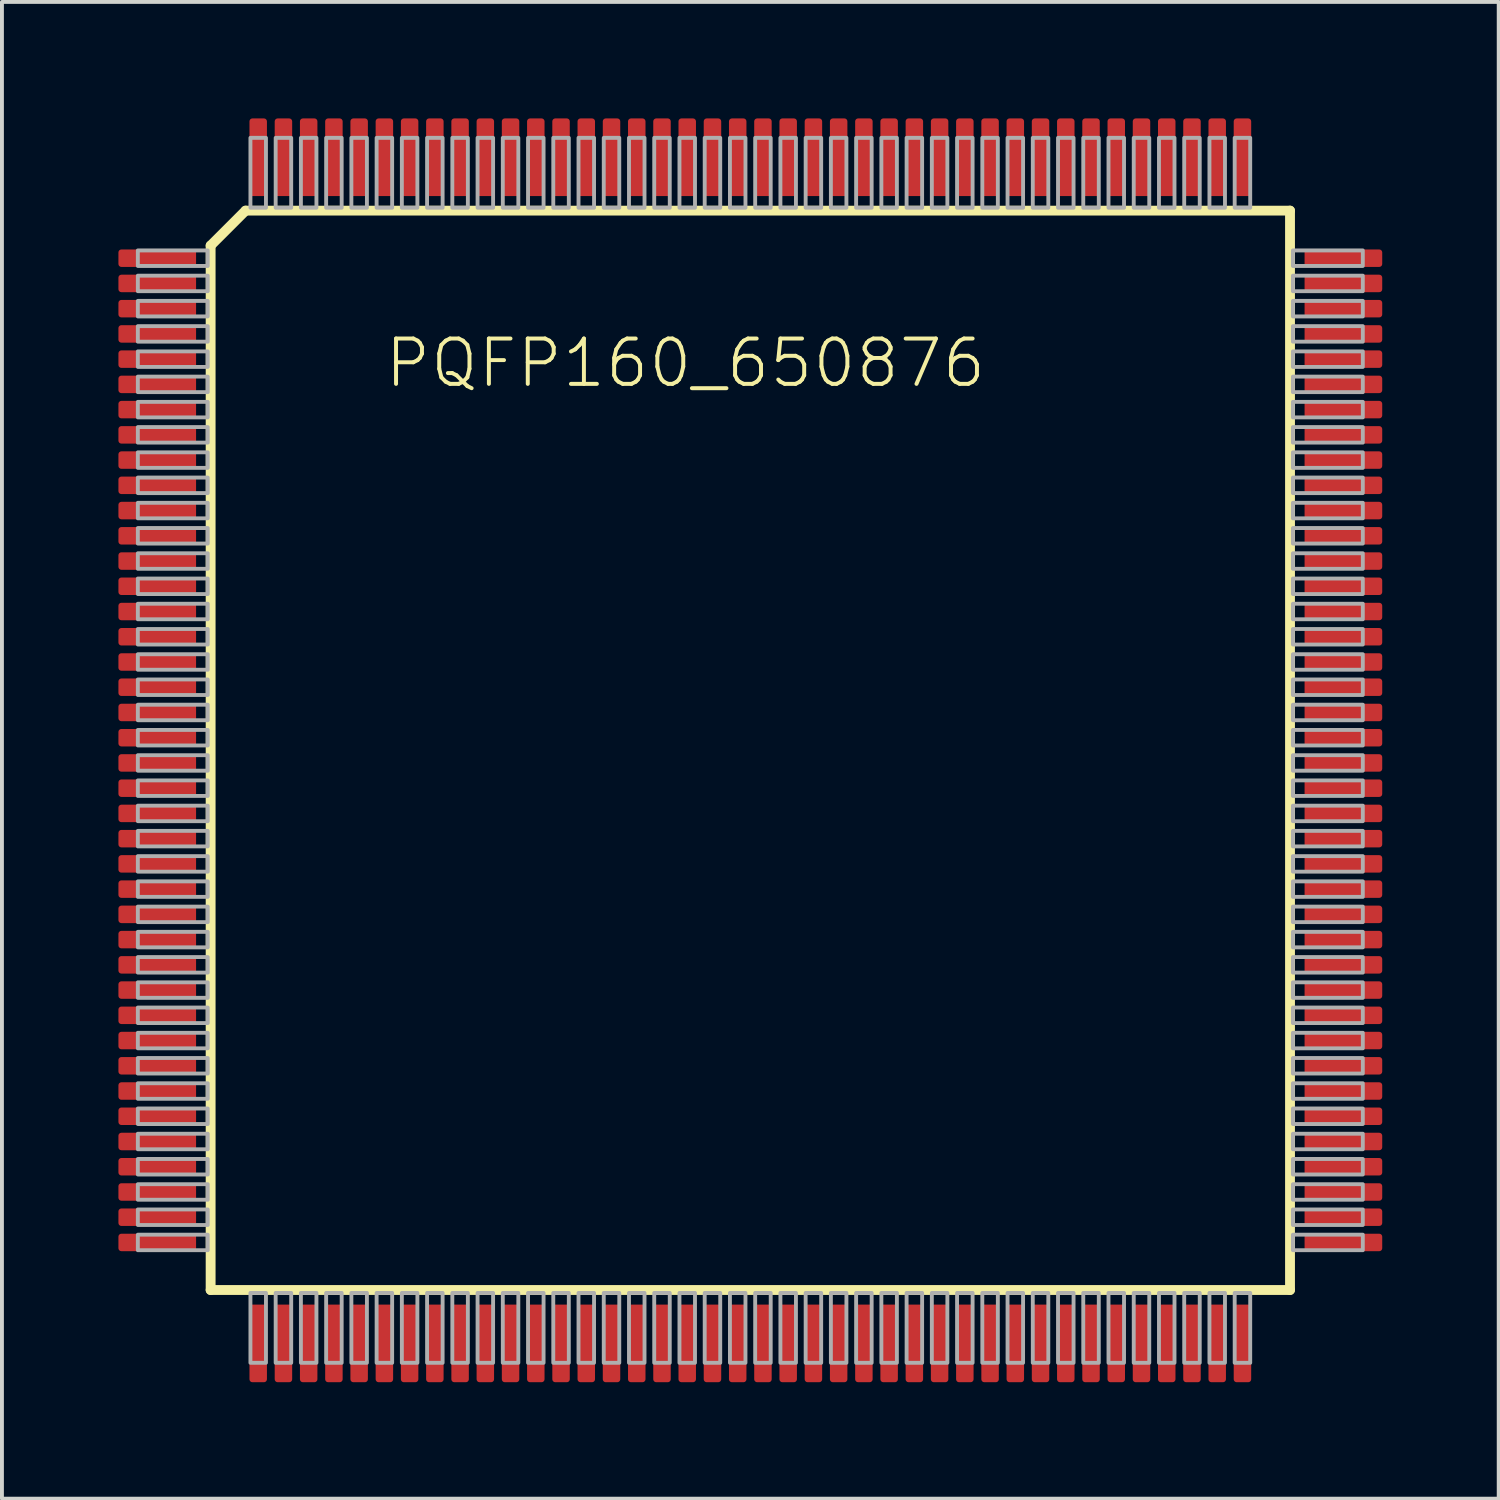
<source format=kicad_pcb>
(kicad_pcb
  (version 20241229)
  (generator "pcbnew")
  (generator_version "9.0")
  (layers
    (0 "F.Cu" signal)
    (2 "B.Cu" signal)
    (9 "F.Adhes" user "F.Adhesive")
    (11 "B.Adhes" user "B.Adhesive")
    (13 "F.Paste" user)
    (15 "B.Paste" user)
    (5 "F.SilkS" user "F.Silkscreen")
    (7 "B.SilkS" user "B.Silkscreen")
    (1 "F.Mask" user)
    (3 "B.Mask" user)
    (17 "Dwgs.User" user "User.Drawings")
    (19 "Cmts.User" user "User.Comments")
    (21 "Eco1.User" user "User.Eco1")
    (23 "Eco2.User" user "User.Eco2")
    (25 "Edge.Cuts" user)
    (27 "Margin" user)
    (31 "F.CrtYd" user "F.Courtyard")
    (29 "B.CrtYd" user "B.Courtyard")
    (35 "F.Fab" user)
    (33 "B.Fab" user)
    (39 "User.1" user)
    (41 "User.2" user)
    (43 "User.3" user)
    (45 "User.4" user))
  (footprint "PQFP160_650876"
    (layer "F.Cu")
    (at 16.275 16.275)
    (property "Reference" "PQFP160_650876" (at -9.47 -9.29 0) (unlocked yes) (layer "F.SilkS") (effects (font (size 1.168 1.168) (thickness 0.102)) (justify left bottom)))
    (fp_line (start -13.9 -13) (end -13 -13.9) (stroke (width 0.254) (type solid)) (layer "F.SilkS"))
    (fp_line (start -13.9 13.9) (end -13.9 -13) (stroke (width 0.254) (type solid)) (layer "F.SilkS"))
    (fp_line (start -13 -13.9) (end 13.9 -13.9) (stroke (width 0.254) (type solid)) (layer "F.SilkS"))
    (fp_line (start 13.9 -13.9) (end 13.9 13.9) (stroke (width 0.254) (type solid)) (layer "F.SilkS"))
    (fp_line (start 13.9 13.9) (end -13.9 13.9) (stroke (width 0.254) (type solid)) (layer "F.SilkS"))
    (fp_poly (pts (xy -15.775 -12.475) (xy -13.975 -12.475) (xy -13.975 -12.875) (xy -15.775 -12.875)) (stroke (width 0.1) (type default)) (fill no) (layer "F.Fab"))
    (fp_poly (pts (xy -15.775 -11.825) (xy -13.975 -11.825) (xy -13.975 -12.225) (xy -15.775 -12.225)) (stroke (width 0.1) (type default)) (fill no) (layer "F.Fab"))
    (fp_poly (pts (xy -15.775 -11.175) (xy -13.975 -11.175) (xy -13.975 -11.575) (xy -15.775 -11.575)) (stroke (width 0.1) (type default)) (fill no) (layer "F.Fab"))
    (fp_poly (pts (xy -15.775 -10.525) (xy -13.975 -10.525) (xy -13.975 -10.925) (xy -15.775 -10.925)) (stroke (width 0.1) (type default)) (fill no) (layer "F.Fab"))
    (fp_poly (pts (xy -15.775 -9.875) (xy -13.975 -9.875) (xy -13.975 -10.275) (xy -15.775 -10.275)) (stroke (width 0.1) (type default)) (fill no) (layer "F.Fab"))
    (fp_poly (pts (xy -15.775 -9.225) (xy -13.975 -9.225) (xy -13.975 -9.625) (xy -15.775 -9.625)) (stroke (width 0.1) (type default)) (fill no) (layer "F.Fab"))
    (fp_poly (pts (xy -15.775 -8.575) (xy -13.975 -8.575) (xy -13.975 -8.975) (xy -15.775 -8.975)) (stroke (width 0.1) (type default)) (fill no) (layer "F.Fab"))
    (fp_poly (pts (xy -15.775 -7.925) (xy -13.975 -7.925) (xy -13.975 -8.325) (xy -15.775 -8.325)) (stroke (width 0.1) (type default)) (fill no) (layer "F.Fab"))
    (fp_poly (pts (xy -15.775 -7.275) (xy -13.975 -7.275) (xy -13.975 -7.675) (xy -15.775 -7.675)) (stroke (width 0.1) (type default)) (fill no) (layer "F.Fab"))
    (fp_poly (pts (xy -15.775 -6.625) (xy -13.975 -6.625) (xy -13.975 -7.025) (xy -15.775 -7.025)) (stroke (width 0.1) (type default)) (fill no) (layer "F.Fab"))
    (fp_poly (pts (xy -15.775 -5.975) (xy -13.975 -5.975) (xy -13.975 -6.375) (xy -15.775 -6.375)) (stroke (width 0.1) (type default)) (fill no) (layer "F.Fab"))
    (fp_poly (pts (xy -15.775 -5.325) (xy -13.975 -5.325) (xy -13.975 -5.725) (xy -15.775 -5.725)) (stroke (width 0.1) (type default)) (fill no) (layer "F.Fab"))
    (fp_poly (pts (xy -15.775 -4.675) (xy -13.975 -4.675) (xy -13.975 -5.075) (xy -15.775 -5.075)) (stroke (width 0.1) (type default)) (fill no) (layer "F.Fab"))
    (fp_poly (pts (xy -15.775 -4.025) (xy -13.975 -4.025) (xy -13.975 -4.425) (xy -15.775 -4.425)) (stroke (width 0.1) (type default)) (fill no) (layer "F.Fab"))
    (fp_poly (pts (xy -15.775 -3.375) (xy -13.975 -3.375) (xy -13.975 -3.775) (xy -15.775 -3.775)) (stroke (width 0.1) (type default)) (fill no) (layer "F.Fab"))
    (fp_poly (pts (xy -15.775 -2.725) (xy -13.975 -2.725) (xy -13.975 -3.125) (xy -15.775 -3.125)) (stroke (width 0.1) (type default)) (fill no) (layer "F.Fab"))
    (fp_poly (pts (xy -15.775 -2.075) (xy -13.975 -2.075) (xy -13.975 -2.475) (xy -15.775 -2.475)) (stroke (width 0.1) (type default)) (fill no) (layer "F.Fab"))
    (fp_poly (pts (xy -15.775 -1.425) (xy -13.975 -1.425) (xy -13.975 -1.825) (xy -15.775 -1.825)) (stroke (width 0.1) (type default)) (fill no) (layer "F.Fab"))
    (fp_poly (pts (xy -15.775 -0.775) (xy -13.975 -0.775) (xy -13.975 -1.175) (xy -15.775 -1.175)) (stroke (width 0.1) (type default)) (fill no) (layer "F.Fab"))
    (fp_poly (pts (xy -15.775 -0.125) (xy -13.975 -0.125) (xy -13.975 -0.525) (xy -15.775 -0.525)) (stroke (width 0.1) (type default)) (fill no) (layer "F.Fab"))
    (fp_poly (pts (xy -15.775 0.525) (xy -13.975 0.525) (xy -13.975 0.125) (xy -15.775 0.125)) (stroke (width 0.1) (type default)) (fill no) (layer "F.Fab"))
    (fp_poly (pts (xy -15.775 1.175) (xy -13.975 1.175) (xy -13.975 0.775) (xy -15.775 0.775)) (stroke (width 0.1) (type default)) (fill no) (layer "F.Fab"))
    (fp_poly (pts (xy -15.775 1.825) (xy -13.975 1.825) (xy -13.975 1.425) (xy -15.775 1.425)) (stroke (width 0.1) (type default)) (fill no) (layer "F.Fab"))
    (fp_poly (pts (xy -15.775 2.475) (xy -13.975 2.475) (xy -13.975 2.075) (xy -15.775 2.075)) (stroke (width 0.1) (type default)) (fill no) (layer "F.Fab"))
    (fp_poly (pts (xy -15.775 3.125) (xy -13.975 3.125) (xy -13.975 2.725) (xy -15.775 2.725)) (stroke (width 0.1) (type default)) (fill no) (layer "F.Fab"))
    (fp_poly (pts (xy -15.775 3.775) (xy -13.975 3.775) (xy -13.975 3.375) (xy -15.775 3.375)) (stroke (width 0.1) (type default)) (fill no) (layer "F.Fab"))
    (fp_poly (pts (xy -15.775 4.425) (xy -13.975 4.425) (xy -13.975 4.025) (xy -15.775 4.025)) (stroke (width 0.1) (type default)) (fill no) (layer "F.Fab"))
    (fp_poly (pts (xy -15.775 5.075) (xy -13.975 5.075) (xy -13.975 4.675) (xy -15.775 4.675)) (stroke (width 0.1) (type default)) (fill no) (layer "F.Fab"))
    (fp_poly (pts (xy -15.775 5.725) (xy -13.975 5.725) (xy -13.975 5.325) (xy -15.775 5.325)) (stroke (width 0.1) (type default)) (fill no) (layer "F.Fab"))
    (fp_poly (pts (xy -15.775 6.375) (xy -13.975 6.375) (xy -13.975 5.975) (xy -15.775 5.975)) (stroke (width 0.1) (type default)) (fill no) (layer "F.Fab"))
    (fp_poly (pts (xy -15.775 7.025) (xy -13.975 7.025) (xy -13.975 6.625) (xy -15.775 6.625)) (stroke (width 0.1) (type default)) (fill no) (layer "F.Fab"))
    (fp_poly (pts (xy -15.775 7.675) (xy -13.975 7.675) (xy -13.975 7.275) (xy -15.775 7.275)) (stroke (width 0.1) (type default)) (fill no) (layer "F.Fab"))
    (fp_poly (pts (xy -15.775 8.325) (xy -13.975 8.325) (xy -13.975 7.925) (xy -15.775 7.925)) (stroke (width 0.1) (type default)) (fill no) (layer "F.Fab"))
    (fp_poly (pts (xy -15.775 8.975) (xy -13.975 8.975) (xy -13.975 8.575) (xy -15.775 8.575)) (stroke (width 0.1) (type default)) (fill no) (layer "F.Fab"))
    (fp_poly (pts (xy -15.775 9.625) (xy -13.975 9.625) (xy -13.975 9.225) (xy -15.775 9.225)) (stroke (width 0.1) (type default)) (fill no) (layer "F.Fab"))
    (fp_poly (pts (xy -15.775 10.275) (xy -13.975 10.275) (xy -13.975 9.875) (xy -15.775 9.875)) (stroke (width 0.1) (type default)) (fill no) (layer "F.Fab"))
    (fp_poly (pts (xy -15.775 10.925) (xy -13.975 10.925) (xy -13.975 10.525) (xy -15.775 10.525)) (stroke (width 0.1) (type default)) (fill no) (layer "F.Fab"))
    (fp_poly (pts (xy -15.775 11.575) (xy -13.975 11.575) (xy -13.975 11.175) (xy -15.775 11.175)) (stroke (width 0.1) (type default)) (fill no) (layer "F.Fab"))
    (fp_poly (pts (xy -15.775 12.225) (xy -13.975 12.225) (xy -13.975 11.825) (xy -15.775 11.825)) (stroke (width 0.1) (type default)) (fill no) (layer "F.Fab"))
    (fp_poly (pts (xy -15.775 12.875) (xy -13.975 12.875) (xy -13.975 12.475) (xy -15.775 12.475)) (stroke (width 0.1) (type default)) (fill no) (layer "F.Fab"))
    (fp_poly (pts (xy -12.875 -13.975) (xy -12.475 -13.975) (xy -12.475 -15.775) (xy -12.875 -15.775)) (stroke (width 0.1) (type default)) (fill no) (layer "F.Fab"))
    (fp_poly (pts (xy -12.875 15.775) (xy -12.475 15.775) (xy -12.475 13.975) (xy -12.875 13.975)) (stroke (width 0.1) (type default)) (fill no) (layer "F.Fab"))
    (fp_poly (pts (xy -12.225 -13.975) (xy -11.825 -13.975) (xy -11.825 -15.775) (xy -12.225 -15.775)) (stroke (width 0.1) (type default)) (fill no) (layer "F.Fab"))
    (fp_poly (pts (xy -12.225 15.775) (xy -11.825 15.775) (xy -11.825 13.975) (xy -12.225 13.975)) (stroke (width 0.1) (type default)) (fill no) (layer "F.Fab"))
    (fp_poly (pts (xy -11.575 -13.975) (xy -11.175 -13.975) (xy -11.175 -15.775) (xy -11.575 -15.775)) (stroke (width 0.1) (type default)) (fill no) (layer "F.Fab"))
    (fp_poly (pts (xy -11.575 15.775) (xy -11.175 15.775) (xy -11.175 13.975) (xy -11.575 13.975)) (stroke (width 0.1) (type default)) (fill no) (layer "F.Fab"))
    (fp_poly (pts (xy -10.925 -13.975) (xy -10.525 -13.975) (xy -10.525 -15.775) (xy -10.925 -15.775)) (stroke (width 0.1) (type default)) (fill no) (layer "F.Fab"))
    (fp_poly (pts (xy -10.925 15.775) (xy -10.525 15.775) (xy -10.525 13.975) (xy -10.925 13.975)) (stroke (width 0.1) (type default)) (fill no) (layer "F.Fab"))
    (fp_poly (pts (xy -10.275 -13.975) (xy -9.875 -13.975) (xy -9.875 -15.775) (xy -10.275 -15.775)) (stroke (width 0.1) (type default)) (fill no) (layer "F.Fab"))
    (fp_poly (pts (xy -10.275 15.775) (xy -9.875 15.775) (xy -9.875 13.975) (xy -10.275 13.975)) (stroke (width 0.1) (type default)) (fill no) (layer "F.Fab"))
    (fp_poly (pts (xy -9.625 -13.975) (xy -9.225 -13.975) (xy -9.225 -15.775) (xy -9.625 -15.775)) (stroke (width 0.1) (type default)) (fill no) (layer "F.Fab"))
    (fp_poly (pts (xy -9.625 15.775) (xy -9.225 15.775) (xy -9.225 13.975) (xy -9.625 13.975)) (stroke (width 0.1) (type default)) (fill no) (layer "F.Fab"))
    (fp_poly (pts (xy -8.975 -13.975) (xy -8.575 -13.975) (xy -8.575 -15.775) (xy -8.975 -15.775)) (stroke (width 0.1) (type default)) (fill no) (layer "F.Fab"))
    (fp_poly (pts (xy -8.975 15.775) (xy -8.575 15.775) (xy -8.575 13.975) (xy -8.975 13.975)) (stroke (width 0.1) (type default)) (fill no) (layer "F.Fab"))
    (fp_poly (pts (xy -8.325 -13.975) (xy -7.925 -13.975) (xy -7.925 -15.775) (xy -8.325 -15.775)) (stroke (width 0.1) (type default)) (fill no) (layer "F.Fab"))
    (fp_poly (pts (xy -8.325 15.775) (xy -7.925 15.775) (xy -7.925 13.975) (xy -8.325 13.975)) (stroke (width 0.1) (type default)) (fill no) (layer "F.Fab"))
    (fp_poly (pts (xy -7.675 -13.975) (xy -7.275 -13.975) (xy -7.275 -15.775) (xy -7.675 -15.775)) (stroke (width 0.1) (type default)) (fill no) (layer "F.Fab"))
    (fp_poly (pts (xy -7.675 15.775) (xy -7.275 15.775) (xy -7.275 13.975) (xy -7.675 13.975)) (stroke (width 0.1) (type default)) (fill no) (layer "F.Fab"))
    (fp_poly (pts (xy -7.025 -13.975) (xy -6.625 -13.975) (xy -6.625 -15.775) (xy -7.025 -15.775)) (stroke (width 0.1) (type default)) (fill no) (layer "F.Fab"))
    (fp_poly (pts (xy -7.025 15.775) (xy -6.625 15.775) (xy -6.625 13.975) (xy -7.025 13.975)) (stroke (width 0.1) (type default)) (fill no) (layer "F.Fab"))
    (fp_poly (pts (xy -6.375 -13.975) (xy -5.975 -13.975) (xy -5.975 -15.775) (xy -6.375 -15.775)) (stroke (width 0.1) (type default)) (fill no) (layer "F.Fab"))
    (fp_poly (pts (xy -6.375 15.775) (xy -5.975 15.775) (xy -5.975 13.975) (xy -6.375 13.975)) (stroke (width 0.1) (type default)) (fill no) (layer "F.Fab"))
    (fp_poly (pts (xy -5.725 -13.975) (xy -5.325 -13.975) (xy -5.325 -15.775) (xy -5.725 -15.775)) (stroke (width 0.1) (type default)) (fill no) (layer "F.Fab"))
    (fp_poly (pts (xy -5.725 15.775) (xy -5.325 15.775) (xy -5.325 13.975) (xy -5.725 13.975)) (stroke (width 0.1) (type default)) (fill no) (layer "F.Fab"))
    (fp_poly (pts (xy -5.075 -13.975) (xy -4.675 -13.975) (xy -4.675 -15.775) (xy -5.075 -15.775)) (stroke (width 0.1) (type default)) (fill no) (layer "F.Fab"))
    (fp_poly (pts (xy -5.075 15.775) (xy -4.675 15.775) (xy -4.675 13.975) (xy -5.075 13.975)) (stroke (width 0.1) (type default)) (fill no) (layer "F.Fab"))
    (fp_poly (pts (xy -4.425 -13.975) (xy -4.025 -13.975) (xy -4.025 -15.775) (xy -4.425 -15.775)) (stroke (width 0.1) (type default)) (fill no) (layer "F.Fab"))
    (fp_poly (pts (xy -4.425 15.775) (xy -4.025 15.775) (xy -4.025 13.975) (xy -4.425 13.975)) (stroke (width 0.1) (type default)) (fill no) (layer "F.Fab"))
    (fp_poly (pts (xy -3.775 -13.975) (xy -3.375 -13.975) (xy -3.375 -15.775) (xy -3.775 -15.775)) (stroke (width 0.1) (type default)) (fill no) (layer "F.Fab"))
    (fp_poly (pts (xy -3.775 15.775) (xy -3.375 15.775) (xy -3.375 13.975) (xy -3.775 13.975)) (stroke (width 0.1) (type default)) (fill no) (layer "F.Fab"))
    (fp_poly (pts (xy -3.125 -13.975) (xy -2.725 -13.975) (xy -2.725 -15.775) (xy -3.125 -15.775)) (stroke (width 0.1) (type default)) (fill no) (layer "F.Fab"))
    (fp_poly (pts (xy -3.125 15.775) (xy -2.725 15.775) (xy -2.725 13.975) (xy -3.125 13.975)) (stroke (width 0.1) (type default)) (fill no) (layer "F.Fab"))
    (fp_poly (pts (xy -2.475 -13.975) (xy -2.075 -13.975) (xy -2.075 -15.775) (xy -2.475 -15.775)) (stroke (width 0.1) (type default)) (fill no) (layer "F.Fab"))
    (fp_poly (pts (xy -2.475 15.775) (xy -2.075 15.775) (xy -2.075 13.975) (xy -2.475 13.975)) (stroke (width 0.1) (type default)) (fill no) (layer "F.Fab"))
    (fp_poly (pts (xy -1.825 -13.975) (xy -1.425 -13.975) (xy -1.425 -15.775) (xy -1.825 -15.775)) (stroke (width 0.1) (type default)) (fill no) (layer "F.Fab"))
    (fp_poly (pts (xy -1.825 15.775) (xy -1.425 15.775) (xy -1.425 13.975) (xy -1.825 13.975)) (stroke (width 0.1) (type default)) (fill no) (layer "F.Fab"))
    (fp_poly (pts (xy -1.175 -13.975) (xy -0.775 -13.975) (xy -0.775 -15.775) (xy -1.175 -15.775)) (stroke (width 0.1) (type default)) (fill no) (layer "F.Fab"))
    (fp_poly (pts (xy -1.175 15.775) (xy -0.775 15.775) (xy -0.775 13.975) (xy -1.175 13.975)) (stroke (width 0.1) (type default)) (fill no) (layer "F.Fab"))
    (fp_poly (pts (xy -0.525 -13.975) (xy -0.125 -13.975) (xy -0.125 -15.775) (xy -0.525 -15.775)) (stroke (width 0.1) (type default)) (fill no) (layer "F.Fab"))
    (fp_poly (pts (xy -0.525 15.775) (xy -0.125 15.775) (xy -0.125 13.975) (xy -0.525 13.975)) (stroke (width 0.1) (type default)) (fill no) (layer "F.Fab"))
    (fp_poly (pts (xy 0.125 -13.975) (xy 0.525 -13.975) (xy 0.525 -15.775) (xy 0.125 -15.775)) (stroke (width 0.1) (type default)) (fill no) (layer "F.Fab"))
    (fp_poly (pts (xy 0.125 15.775) (xy 0.525 15.775) (xy 0.525 13.975) (xy 0.125 13.975)) (stroke (width 0.1) (type default)) (fill no) (layer "F.Fab"))
    (fp_poly (pts (xy 0.775 -13.975) (xy 1.175 -13.975) (xy 1.175 -15.775) (xy 0.775 -15.775)) (stroke (width 0.1) (type default)) (fill no) (layer "F.Fab"))
    (fp_poly (pts (xy 0.775 15.775) (xy 1.175 15.775) (xy 1.175 13.975) (xy 0.775 13.975)) (stroke (width 0.1) (type default)) (fill no) (layer "F.Fab"))
    (fp_poly (pts (xy 1.425 -13.975) (xy 1.825 -13.975) (xy 1.825 -15.775) (xy 1.425 -15.775)) (stroke (width 0.1) (type default)) (fill no) (layer "F.Fab"))
    (fp_poly (pts (xy 1.425 15.775) (xy 1.825 15.775) (xy 1.825 13.975) (xy 1.425 13.975)) (stroke (width 0.1) (type default)) (fill no) (layer "F.Fab"))
    (fp_poly (pts (xy 2.075 -13.975) (xy 2.475 -13.975) (xy 2.475 -15.775) (xy 2.075 -15.775)) (stroke (width 0.1) (type default)) (fill no) (layer "F.Fab"))
    (fp_poly (pts (xy 2.075 15.775) (xy 2.475 15.775) (xy 2.475 13.975) (xy 2.075 13.975)) (stroke (width 0.1) (type default)) (fill no) (layer "F.Fab"))
    (fp_poly (pts (xy 2.725 -13.975) (xy 3.125 -13.975) (xy 3.125 -15.775) (xy 2.725 -15.775)) (stroke (width 0.1) (type default)) (fill no) (layer "F.Fab"))
    (fp_poly (pts (xy 2.725 15.775) (xy 3.125 15.775) (xy 3.125 13.975) (xy 2.725 13.975)) (stroke (width 0.1) (type default)) (fill no) (layer "F.Fab"))
    (fp_poly (pts (xy 3.375 -13.975) (xy 3.775 -13.975) (xy 3.775 -15.775) (xy 3.375 -15.775)) (stroke (width 0.1) (type default)) (fill no) (layer "F.Fab"))
    (fp_poly (pts (xy 3.375 15.775) (xy 3.775 15.775) (xy 3.775 13.975) (xy 3.375 13.975)) (stroke (width 0.1) (type default)) (fill no) (layer "F.Fab"))
    (fp_poly (pts (xy 4.025 -13.975) (xy 4.425 -13.975) (xy 4.425 -15.775) (xy 4.025 -15.775)) (stroke (width 0.1) (type default)) (fill no) (layer "F.Fab"))
    (fp_poly (pts (xy 4.025 15.775) (xy 4.425 15.775) (xy 4.425 13.975) (xy 4.025 13.975)) (stroke (width 0.1) (type default)) (fill no) (layer "F.Fab"))
    (fp_poly (pts (xy 4.675 -13.975) (xy 5.075 -13.975) (xy 5.075 -15.775) (xy 4.675 -15.775)) (stroke (width 0.1) (type default)) (fill no) (layer "F.Fab"))
    (fp_poly (pts (xy 4.675 15.775) (xy 5.075 15.775) (xy 5.075 13.975) (xy 4.675 13.975)) (stroke (width 0.1) (type default)) (fill no) (layer "F.Fab"))
    (fp_poly (pts (xy 5.325 -13.975) (xy 5.725 -13.975) (xy 5.725 -15.775) (xy 5.325 -15.775)) (stroke (width 0.1) (type default)) (fill no) (layer "F.Fab"))
    (fp_poly (pts (xy 5.325 15.775) (xy 5.725 15.775) (xy 5.725 13.975) (xy 5.325 13.975)) (stroke (width 0.1) (type default)) (fill no) (layer "F.Fab"))
    (fp_poly (pts (xy 5.975 -13.975) (xy 6.375 -13.975) (xy 6.375 -15.775) (xy 5.975 -15.775)) (stroke (width 0.1) (type default)) (fill no) (layer "F.Fab"))
    (fp_poly (pts (xy 5.975 15.775) (xy 6.375 15.775) (xy 6.375 13.975) (xy 5.975 13.975)) (stroke (width 0.1) (type default)) (fill no) (layer "F.Fab"))
    (fp_poly (pts (xy 6.625 -13.975) (xy 7.025 -13.975) (xy 7.025 -15.775) (xy 6.625 -15.775)) (stroke (width 0.1) (type default)) (fill no) (layer "F.Fab"))
    (fp_poly (pts (xy 6.625 15.775) (xy 7.025 15.775) (xy 7.025 13.975) (xy 6.625 13.975)) (stroke (width 0.1) (type default)) (fill no) (layer "F.Fab"))
    (fp_poly (pts (xy 7.275 -13.975) (xy 7.675 -13.975) (xy 7.675 -15.775) (xy 7.275 -15.775)) (stroke (width 0.1) (type default)) (fill no) (layer "F.Fab"))
    (fp_poly (pts (xy 7.275 15.775) (xy 7.675 15.775) (xy 7.675 13.975) (xy 7.275 13.975)) (stroke (width 0.1) (type default)) (fill no) (layer "F.Fab"))
    (fp_poly (pts (xy 7.925 -13.975) (xy 8.325 -13.975) (xy 8.325 -15.775) (xy 7.925 -15.775)) (stroke (width 0.1) (type default)) (fill no) (layer "F.Fab"))
    (fp_poly (pts (xy 7.925 15.775) (xy 8.325 15.775) (xy 8.325 13.975) (xy 7.925 13.975)) (stroke (width 0.1) (type default)) (fill no) (layer "F.Fab"))
    (fp_poly (pts (xy 8.575 -13.975) (xy 8.975 -13.975) (xy 8.975 -15.775) (xy 8.575 -15.775)) (stroke (width 0.1) (type default)) (fill no) (layer "F.Fab"))
    (fp_poly (pts (xy 8.575 15.775) (xy 8.975 15.775) (xy 8.975 13.975) (xy 8.575 13.975)) (stroke (width 0.1) (type default)) (fill no) (layer "F.Fab"))
    (fp_poly (pts (xy 9.225 -13.975) (xy 9.625 -13.975) (xy 9.625 -15.775) (xy 9.225 -15.775)) (stroke (width 0.1) (type default)) (fill no) (layer "F.Fab"))
    (fp_poly (pts (xy 9.225 15.775) (xy 9.625 15.775) (xy 9.625 13.975) (xy 9.225 13.975)) (stroke (width 0.1) (type default)) (fill no) (layer "F.Fab"))
    (fp_poly (pts (xy 9.875 -13.975) (xy 10.275 -13.975) (xy 10.275 -15.775) (xy 9.875 -15.775)) (stroke (width 0.1) (type default)) (fill no) (layer "F.Fab"))
    (fp_poly (pts (xy 9.875 15.775) (xy 10.275 15.775) (xy 10.275 13.975) (xy 9.875 13.975)) (stroke (width 0.1) (type default)) (fill no) (layer "F.Fab"))
    (fp_poly (pts (xy 10.525 -13.975) (xy 10.925 -13.975) (xy 10.925 -15.775) (xy 10.525 -15.775)) (stroke (width 0.1) (type default)) (fill no) (layer "F.Fab"))
    (fp_poly (pts (xy 10.525 15.775) (xy 10.925 15.775) (xy 10.925 13.975) (xy 10.525 13.975)) (stroke (width 0.1) (type default)) (fill no) (layer "F.Fab"))
    (fp_poly (pts (xy 11.175 -13.975) (xy 11.575 -13.975) (xy 11.575 -15.775) (xy 11.175 -15.775)) (stroke (width 0.1) (type default)) (fill no) (layer "F.Fab"))
    (fp_poly (pts (xy 11.175 15.775) (xy 11.575 15.775) (xy 11.575 13.975) (xy 11.175 13.975)) (stroke (width 0.1) (type default)) (fill no) (layer "F.Fab"))
    (fp_poly (pts (xy 11.825 -13.975) (xy 12.225 -13.975) (xy 12.225 -15.775) (xy 11.825 -15.775)) (stroke (width 0.1) (type default)) (fill no) (layer "F.Fab"))
    (fp_poly (pts (xy 11.825 15.775) (xy 12.225 15.775) (xy 12.225 13.975) (xy 11.825 13.975)) (stroke (width 0.1) (type default)) (fill no) (layer "F.Fab"))
    (fp_poly (pts (xy 12.475 -13.975) (xy 12.875 -13.975) (xy 12.875 -15.775) (xy 12.475 -15.775)) (stroke (width 0.1) (type default)) (fill no) (layer "F.Fab"))
    (fp_poly (pts (xy 12.475 15.775) (xy 12.875 15.775) (xy 12.875 13.975) (xy 12.475 13.975)) (stroke (width 0.1) (type default)) (fill no) (layer "F.Fab"))
    (fp_poly (pts (xy 13.975 -12.475) (xy 15.775 -12.475) (xy 15.775 -12.875) (xy 13.975 -12.875)) (stroke (width 0.1) (type default)) (fill no) (layer "F.Fab"))
    (fp_poly (pts (xy 13.975 -11.825) (xy 15.775 -11.825) (xy 15.775 -12.225) (xy 13.975 -12.225)) (stroke (width 0.1) (type default)) (fill no) (layer "F.Fab"))
    (fp_poly (pts (xy 13.975 -11.175) (xy 15.775 -11.175) (xy 15.775 -11.575) (xy 13.975 -11.575)) (stroke (width 0.1) (type default)) (fill no) (layer "F.Fab"))
    (fp_poly (pts (xy 13.975 -10.525) (xy 15.775 -10.525) (xy 15.775 -10.925) (xy 13.975 -10.925)) (stroke (width 0.1) (type default)) (fill no) (layer "F.Fab"))
    (fp_poly (pts (xy 13.975 -9.875) (xy 15.775 -9.875) (xy 15.775 -10.275) (xy 13.975 -10.275)) (stroke (width 0.1) (type default)) (fill no) (layer "F.Fab"))
    (fp_poly (pts (xy 13.975 -9.225) (xy 15.775 -9.225) (xy 15.775 -9.625) (xy 13.975 -9.625)) (stroke (width 0.1) (type default)) (fill no) (layer "F.Fab"))
    (fp_poly (pts (xy 13.975 -8.575) (xy 15.775 -8.575) (xy 15.775 -8.975) (xy 13.975 -8.975)) (stroke (width 0.1) (type default)) (fill no) (layer "F.Fab"))
    (fp_poly (pts (xy 13.975 -7.925) (xy 15.775 -7.925) (xy 15.775 -8.325) (xy 13.975 -8.325)) (stroke (width 0.1) (type default)) (fill no) (layer "F.Fab"))
    (fp_poly (pts (xy 13.975 -7.275) (xy 15.775 -7.275) (xy 15.775 -7.675) (xy 13.975 -7.675)) (stroke (width 0.1) (type default)) (fill no) (layer "F.Fab"))
    (fp_poly (pts (xy 13.975 -6.625) (xy 15.775 -6.625) (xy 15.775 -7.025) (xy 13.975 -7.025)) (stroke (width 0.1) (type default)) (fill no) (layer "F.Fab"))
    (fp_poly (pts (xy 13.975 -5.975) (xy 15.775 -5.975) (xy 15.775 -6.375) (xy 13.975 -6.375)) (stroke (width 0.1) (type default)) (fill no) (layer "F.Fab"))
    (fp_poly (pts (xy 13.975 -5.325) (xy 15.775 -5.325) (xy 15.775 -5.725) (xy 13.975 -5.725)) (stroke (width 0.1) (type default)) (fill no) (layer "F.Fab"))
    (fp_poly (pts (xy 13.975 -4.675) (xy 15.775 -4.675) (xy 15.775 -5.075) (xy 13.975 -5.075)) (stroke (width 0.1) (type default)) (fill no) (layer "F.Fab"))
    (fp_poly (pts (xy 13.975 -4.025) (xy 15.775 -4.025) (xy 15.775 -4.425) (xy 13.975 -4.425)) (stroke (width 0.1) (type default)) (fill no) (layer "F.Fab"))
    (fp_poly (pts (xy 13.975 -3.375) (xy 15.775 -3.375) (xy 15.775 -3.775) (xy 13.975 -3.775)) (stroke (width 0.1) (type default)) (fill no) (layer "F.Fab"))
    (fp_poly (pts (xy 13.975 -2.725) (xy 15.775 -2.725) (xy 15.775 -3.125) (xy 13.975 -3.125)) (stroke (width 0.1) (type default)) (fill no) (layer "F.Fab"))
    (fp_poly (pts (xy 13.975 -2.075) (xy 15.775 -2.075) (xy 15.775 -2.475) (xy 13.975 -2.475)) (stroke (width 0.1) (type default)) (fill no) (layer "F.Fab"))
    (fp_poly (pts (xy 13.975 -1.425) (xy 15.775 -1.425) (xy 15.775 -1.825) (xy 13.975 -1.825)) (stroke (width 0.1) (type default)) (fill no) (layer "F.Fab"))
    (fp_poly (pts (xy 13.975 -0.775) (xy 15.775 -0.775) (xy 15.775 -1.175) (xy 13.975 -1.175)) (stroke (width 0.1) (type default)) (fill no) (layer "F.Fab"))
    (fp_poly (pts (xy 13.975 -0.125) (xy 15.775 -0.125) (xy 15.775 -0.525) (xy 13.975 -0.525)) (stroke (width 0.1) (type default)) (fill no) (layer "F.Fab"))
    (fp_poly (pts (xy 13.975 0.525) (xy 15.775 0.525) (xy 15.775 0.125) (xy 13.975 0.125)) (stroke (width 0.1) (type default)) (fill no) (layer "F.Fab"))
    (fp_poly (pts (xy 13.975 1.175) (xy 15.775 1.175) (xy 15.775 0.775) (xy 13.975 0.775)) (stroke (width 0.1) (type default)) (fill no) (layer "F.Fab"))
    (fp_poly (pts (xy 13.975 1.825) (xy 15.775 1.825) (xy 15.775 1.425) (xy 13.975 1.425)) (stroke (width 0.1) (type default)) (fill no) (layer "F.Fab"))
    (fp_poly (pts (xy 13.975 2.475) (xy 15.775 2.475) (xy 15.775 2.075) (xy 13.975 2.075)) (stroke (width 0.1) (type default)) (fill no) (layer "F.Fab"))
    (fp_poly (pts (xy 13.975 3.125) (xy 15.775 3.125) (xy 15.775 2.725) (xy 13.975 2.725)) (stroke (width 0.1) (type default)) (fill no) (layer "F.Fab"))
    (fp_poly (pts (xy 13.975 3.775) (xy 15.775 3.775) (xy 15.775 3.375) (xy 13.975 3.375)) (stroke (width 0.1) (type default)) (fill no) (layer "F.Fab"))
    (fp_poly (pts (xy 13.975 4.425) (xy 15.775 4.425) (xy 15.775 4.025) (xy 13.975 4.025)) (stroke (width 0.1) (type default)) (fill no) (layer "F.Fab"))
    (fp_poly (pts (xy 13.975 5.075) (xy 15.775 5.075) (xy 15.775 4.675) (xy 13.975 4.675)) (stroke (width 0.1) (type default)) (fill no) (layer "F.Fab"))
    (fp_poly (pts (xy 13.975 5.725) (xy 15.775 5.725) (xy 15.775 5.325) (xy 13.975 5.325)) (stroke (width 0.1) (type default)) (fill no) (layer "F.Fab"))
    (fp_poly (pts (xy 13.975 6.375) (xy 15.775 6.375) (xy 15.775 5.975) (xy 13.975 5.975)) (stroke (width 0.1) (type default)) (fill no) (layer "F.Fab"))
    (fp_poly (pts (xy 13.975 7.025) (xy 15.775 7.025) (xy 15.775 6.625) (xy 13.975 6.625)) (stroke (width 0.1) (type default)) (fill no) (layer "F.Fab"))
    (fp_poly (pts (xy 13.975 7.675) (xy 15.775 7.675) (xy 15.775 7.275) (xy 13.975 7.275)) (stroke (width 0.1) (type default)) (fill no) (layer "F.Fab"))
    (fp_poly (pts (xy 13.975 8.325) (xy 15.775 8.325) (xy 15.775 7.925) (xy 13.975 7.925)) (stroke (width 0.1) (type default)) (fill no) (layer "F.Fab"))
    (fp_poly (pts (xy 13.975 8.975) (xy 15.775 8.975) (xy 15.775 8.575) (xy 13.975 8.575)) (stroke (width 0.1) (type default)) (fill no) (layer "F.Fab"))
    (fp_poly (pts (xy 13.975 9.625) (xy 15.775 9.625) (xy 15.775 9.225) (xy 13.975 9.225)) (stroke (width 0.1) (type default)) (fill no) (layer "F.Fab"))
    (fp_poly (pts (xy 13.975 10.275) (xy 15.775 10.275) (xy 15.775 9.875) (xy 13.975 9.875)) (stroke (width 0.1) (type default)) (fill no) (layer "F.Fab"))
    (fp_poly (pts (xy 13.975 10.925) (xy 15.775 10.925) (xy 15.775 10.525) (xy 13.975 10.525)) (stroke (width 0.1) (type default)) (fill no) (layer "F.Fab"))
    (fp_poly (pts (xy 13.975 11.575) (xy 15.775 11.575) (xy 15.775 11.175) (xy 13.975 11.175)) (stroke (width 0.1) (type default)) (fill no) (layer "F.Fab"))
    (fp_poly (pts (xy 13.975 12.225) (xy 15.775 12.225) (xy 15.775 11.825) (xy 13.975 11.825)) (stroke (width 0.1) (type default)) (fill no) (layer "F.Fab"))
    (fp_poly (pts (xy 13.975 12.875) (xy 15.775 12.875) (xy 15.775 12.475) (xy 13.975 12.475)) (stroke (width 0.1) (type default)) (fill no) (layer "F.Fab"))
    (pad "1" smd roundrect (at -15.275 -12.675) (size 2 0.45) (layers "F.Cu" "F.Mask" "F.Paste") (roundrect_rratio 0.169))
    (pad "2" smd roundrect (at -15.275 -12.025) (size 2 0.45) (layers "F.Cu" "F.Mask" "F.Paste") (roundrect_rratio 0.169))
    (pad "3" smd roundrect (at -15.275 -11.375) (size 2 0.45) (layers "F.Cu" "F.Mask" "F.Paste") (roundrect_rratio 0.169))
    (pad "4" smd roundrect (at -15.275 -10.725) (size 2 0.45) (layers "F.Cu" "F.Mask" "F.Paste") (roundrect_rratio 0.169))
    (pad "5" smd roundrect (at -15.275 -10.075) (size 2 0.45) (layers "F.Cu" "F.Mask" "F.Paste") (roundrect_rratio 0.169))
    (pad "6" smd roundrect (at -15.275 -9.425) (size 2 0.45) (layers "F.Cu" "F.Mask" "F.Paste") (roundrect_rratio 0.169))
    (pad "7" smd roundrect (at -15.275 -8.775) (size 2 0.45) (layers "F.Cu" "F.Mask" "F.Paste") (roundrect_rratio 0.169))
    (pad "8" smd roundrect (at -15.275 -8.125) (size 2 0.45) (layers "F.Cu" "F.Mask" "F.Paste") (roundrect_rratio 0.169))
    (pad "9" smd roundrect (at -15.275 -7.475) (size 2 0.45) (layers "F.Cu" "F.Mask" "F.Paste") (roundrect_rratio 0.169))
    (pad "10" smd roundrect (at -15.275 -6.825) (size 2 0.45) (layers "F.Cu" "F.Mask" "F.Paste") (roundrect_rratio 0.169))
    (pad "11" smd roundrect (at -15.275 -6.175) (size 2 0.45) (layers "F.Cu" "F.Mask" "F.Paste") (roundrect_rratio 0.169))
    (pad "12" smd roundrect (at -15.275 -5.525) (size 2 0.45) (layers "F.Cu" "F.Mask" "F.Paste") (roundrect_rratio 0.169))
    (pad "13" smd roundrect (at -15.275 -4.875) (size 2 0.45) (layers "F.Cu" "F.Mask" "F.Paste") (roundrect_rratio 0.169))
    (pad "14" smd roundrect (at -15.275 -4.225) (size 2 0.45) (layers "F.Cu" "F.Mask" "F.Paste") (roundrect_rratio 0.169))
    (pad "15" smd roundrect (at -15.275 -3.575) (size 2 0.45) (layers "F.Cu" "F.Mask" "F.Paste") (roundrect_rratio 0.169))
    (pad "16" smd roundrect (at -15.275 -2.925) (size 2 0.45) (layers "F.Cu" "F.Mask" "F.Paste") (roundrect_rratio 0.169))
    (pad "17" smd roundrect (at -15.275 -2.275) (size 2 0.45) (layers "F.Cu" "F.Mask" "F.Paste") (roundrect_rratio 0.169))
    (pad "18" smd roundrect (at -15.275 -1.625) (size 2 0.45) (layers "F.Cu" "F.Mask" "F.Paste") (roundrect_rratio 0.169))
    (pad "19" smd roundrect (at -15.275 -0.975) (size 2 0.45) (layers "F.Cu" "F.Mask" "F.Paste") (roundrect_rratio 0.169))
    (pad "20" smd roundrect (at -15.275 -0.325) (size 2 0.45) (layers "F.Cu" "F.Mask" "F.Paste") (roundrect_rratio 0.169))
    (pad "21" smd roundrect (at -15.275 0.325) (size 2 0.45) (layers "F.Cu" "F.Mask" "F.Paste") (roundrect_rratio 0.169))
    (pad "22" smd roundrect (at -15.275 0.975) (size 2 0.45) (layers "F.Cu" "F.Mask" "F.Paste") (roundrect_rratio 0.169))
    (pad "23" smd roundrect (at -15.275 1.625) (size 2 0.45) (layers "F.Cu" "F.Mask" "F.Paste") (roundrect_rratio 0.169))
    (pad "24" smd roundrect (at -15.275 2.275) (size 2 0.45) (layers "F.Cu" "F.Mask" "F.Paste") (roundrect_rratio 0.169))
    (pad "25" smd roundrect (at -15.275 2.925) (size 2 0.45) (layers "F.Cu" "F.Mask" "F.Paste") (roundrect_rratio 0.169))
    (pad "26" smd roundrect (at -15.275 3.575) (size 2 0.45) (layers "F.Cu" "F.Mask" "F.Paste") (roundrect_rratio 0.169))
    (pad "27" smd roundrect (at -15.275 4.225) (size 2 0.45) (layers "F.Cu" "F.Mask" "F.Paste") (roundrect_rratio 0.169))
    (pad "28" smd roundrect (at -15.275 4.875) (size 2 0.45) (layers "F.Cu" "F.Mask" "F.Paste") (roundrect_rratio 0.169))
    (pad "29" smd roundrect (at -15.275 5.525) (size 2 0.45) (layers "F.Cu" "F.Mask" "F.Paste") (roundrect_rratio 0.169))
    (pad "30" smd roundrect (at -15.275 6.175) (size 2 0.45) (layers "F.Cu" "F.Mask" "F.Paste") (roundrect_rratio 0.169))
    (pad "31" smd roundrect (at -15.275 6.825) (size 2 0.45) (layers "F.Cu" "F.Mask" "F.Paste") (roundrect_rratio 0.169))
    (pad "32" smd roundrect (at -15.275 7.475) (size 2 0.45) (layers "F.Cu" "F.Mask" "F.Paste") (roundrect_rratio 0.169))
    (pad "33" smd roundrect (at -15.275 8.125) (size 2 0.45) (layers "F.Cu" "F.Mask" "F.Paste") (roundrect_rratio 0.169))
    (pad "34" smd roundrect (at -15.275 8.775) (size 2 0.45) (layers "F.Cu" "F.Mask" "F.Paste") (roundrect_rratio 0.169))
    (pad "35" smd roundrect (at -15.275 9.425) (size 2 0.45) (layers "F.Cu" "F.Mask" "F.Paste") (roundrect_rratio 0.169))
    (pad "36" smd roundrect (at -15.275 10.075) (size 2 0.45) (layers "F.Cu" "F.Mask" "F.Paste") (roundrect_rratio 0.169))
    (pad "37" smd roundrect (at -15.275 10.725) (size 2 0.45) (layers "F.Cu" "F.Mask" "F.Paste") (roundrect_rratio 0.169))
    (pad "38" smd roundrect (at -15.275 11.375) (size 2 0.45) (layers "F.Cu" "F.Mask" "F.Paste") (roundrect_rratio 0.169))
    (pad "39" smd roundrect (at -15.275 12.025) (size 2 0.45) (layers "F.Cu" "F.Mask" "F.Paste") (roundrect_rratio 0.169))
    (pad "40" smd roundrect (at -15.275 12.675) (size 2 0.45) (layers "F.Cu" "F.Mask" "F.Paste") (roundrect_rratio 0.169))
    (pad "41" smd roundrect (at -12.675 15.275) (size 0.45 2) (layers "F.Cu" "F.Mask" "F.Paste") (roundrect_rratio 0.169))
    (pad "42" smd roundrect (at -12.025 15.275) (size 0.45 2) (layers "F.Cu" "F.Mask" "F.Paste") (roundrect_rratio 0.169))
    (pad "43" smd roundrect (at -11.375 15.275) (size 0.45 2) (layers "F.Cu" "F.Mask" "F.Paste") (roundrect_rratio 0.169))
    (pad "44" smd roundrect (at -10.725 15.275) (size 0.45 2) (layers "F.Cu" "F.Mask" "F.Paste") (roundrect_rratio 0.169))
    (pad "45" smd roundrect (at -10.075 15.275) (size 0.45 2) (layers "F.Cu" "F.Mask" "F.Paste") (roundrect_rratio 0.169))
    (pad "46" smd roundrect (at -9.425 15.275) (size 0.45 2) (layers "F.Cu" "F.Mask" "F.Paste") (roundrect_rratio 0.169))
    (pad "47" smd roundrect (at -8.775 15.275) (size 0.45 2) (layers "F.Cu" "F.Mask" "F.Paste") (roundrect_rratio 0.169))
    (pad "48" smd roundrect (at -8.125 15.275) (size 0.45 2) (layers "F.Cu" "F.Mask" "F.Paste") (roundrect_rratio 0.169))
    (pad "49" smd roundrect (at -7.475 15.275) (size 0.45 2) (layers "F.Cu" "F.Mask" "F.Paste") (roundrect_rratio 0.169))
    (pad "50" smd roundrect (at -6.825 15.275) (size 0.45 2) (layers "F.Cu" "F.Mask" "F.Paste") (roundrect_rratio 0.169))
    (pad "51" smd roundrect (at -6.175 15.275) (size 0.45 2) (layers "F.Cu" "F.Mask" "F.Paste") (roundrect_rratio 0.169))
    (pad "52" smd roundrect (at -5.525 15.275) (size 0.45 2) (layers "F.Cu" "F.Mask" "F.Paste") (roundrect_rratio 0.169))
    (pad "53" smd roundrect (at -4.875 15.275) (size 0.45 2) (layers "F.Cu" "F.Mask" "F.Paste") (roundrect_rratio 0.169))
    (pad "54" smd roundrect (at -4.225 15.275) (size 0.45 2) (layers "F.Cu" "F.Mask" "F.Paste") (roundrect_rratio 0.169))
    (pad "55" smd roundrect (at -3.575 15.275) (size 0.45 2) (layers "F.Cu" "F.Mask" "F.Paste") (roundrect_rratio 0.169))
    (pad "56" smd roundrect (at -2.925 15.275) (size 0.45 2) (layers "F.Cu" "F.Mask" "F.Paste") (roundrect_rratio 0.169))
    (pad "57" smd roundrect (at -2.275 15.275) (size 0.45 2) (layers "F.Cu" "F.Mask" "F.Paste") (roundrect_rratio 0.169))
    (pad "58" smd roundrect (at -1.625 15.275) (size 0.45 2) (layers "F.Cu" "F.Mask" "F.Paste") (roundrect_rratio 0.169))
    (pad "59" smd roundrect (at -0.975 15.275) (size 0.45 2) (layers "F.Cu" "F.Mask" "F.Paste") (roundrect_rratio 0.169))
    (pad "60" smd roundrect (at -0.325 15.275) (size 0.45 2) (layers "F.Cu" "F.Mask" "F.Paste") (roundrect_rratio 0.169))
    (pad "61" smd roundrect (at 0.325 15.275) (size 0.45 2) (layers "F.Cu" "F.Mask" "F.Paste") (roundrect_rratio 0.169))
    (pad "62" smd roundrect (at 0.975 15.275) (size 0.45 2) (layers "F.Cu" "F.Mask" "F.Paste") (roundrect_rratio 0.169))
    (pad "63" smd roundrect (at 1.625 15.275) (size 0.45 2) (layers "F.Cu" "F.Mask" "F.Paste") (roundrect_rratio 0.169))
    (pad "64" smd roundrect (at 2.275 15.275) (size 0.45 2) (layers "F.Cu" "F.Mask" "F.Paste") (roundrect_rratio 0.169))
    (pad "65" smd roundrect (at 2.925 15.275) (size 0.45 2) (layers "F.Cu" "F.Mask" "F.Paste") (roundrect_rratio 0.169))
    (pad "66" smd roundrect (at 3.575 15.275) (size 0.45 2) (layers "F.Cu" "F.Mask" "F.Paste") (roundrect_rratio 0.169))
    (pad "67" smd roundrect (at 4.225 15.275) (size 0.45 2) (layers "F.Cu" "F.Mask" "F.Paste") (roundrect_rratio 0.169))
    (pad "68" smd roundrect (at 4.875 15.275) (size 0.45 2) (layers "F.Cu" "F.Mask" "F.Paste") (roundrect_rratio 0.169))
    (pad "69" smd roundrect (at 5.525 15.275) (size 0.45 2) (layers "F.Cu" "F.Mask" "F.Paste") (roundrect_rratio 0.169))
    (pad "70" smd roundrect (at 6.175 15.275) (size 0.45 2) (layers "F.Cu" "F.Mask" "F.Paste") (roundrect_rratio 0.169))
    (pad "71" smd roundrect (at 6.825 15.275) (size 0.45 2) (layers "F.Cu" "F.Mask" "F.Paste") (roundrect_rratio 0.169))
    (pad "72" smd roundrect (at 7.475 15.275) (size 0.45 2) (layers "F.Cu" "F.Mask" "F.Paste") (roundrect_rratio 0.169))
    (pad "73" smd roundrect (at 8.125 15.275) (size 0.45 2) (layers "F.Cu" "F.Mask" "F.Paste") (roundrect_rratio 0.169))
    (pad "74" smd roundrect (at 8.775 15.275) (size 0.45 2) (layers "F.Cu" "F.Mask" "F.Paste") (roundrect_rratio 0.169))
    (pad "75" smd roundrect (at 9.425 15.275) (size 0.45 2) (layers "F.Cu" "F.Mask" "F.Paste") (roundrect_rratio 0.169))
    (pad "76" smd roundrect (at 10.075 15.275) (size 0.45 2) (layers "F.Cu" "F.Mask" "F.Paste") (roundrect_rratio 0.169))
    (pad "77" smd roundrect (at 10.725 15.275) (size 0.45 2) (layers "F.Cu" "F.Mask" "F.Paste") (roundrect_rratio 0.169))
    (pad "78" smd roundrect (at 11.375 15.275) (size 0.45 2) (layers "F.Cu" "F.Mask" "F.Paste") (roundrect_rratio 0.169))
    (pad "79" smd roundrect (at 12.025 15.275) (size 0.45 2) (layers "F.Cu" "F.Mask" "F.Paste") (roundrect_rratio 0.169))
    (pad "80" smd roundrect (at 12.675 15.275) (size 0.45 2) (layers "F.Cu" "F.Mask" "F.Paste") (roundrect_rratio 0.169))
    (pad "81" smd roundrect (at 15.275 12.675) (size 2 0.45) (layers "F.Cu" "F.Mask" "F.Paste") (roundrect_rratio 0.169))
    (pad "82" smd roundrect (at 15.275 12.025) (size 2 0.45) (layers "F.Cu" "F.Mask" "F.Paste") (roundrect_rratio 0.169))
    (pad "83" smd roundrect (at 15.275 11.375) (size 2 0.45) (layers "F.Cu" "F.Mask" "F.Paste") (roundrect_rratio 0.169))
    (pad "84" smd roundrect (at 15.275 10.725) (size 2 0.45) (layers "F.Cu" "F.Mask" "F.Paste") (roundrect_rratio 0.169))
    (pad "85" smd roundrect (at 15.275 10.075) (size 2 0.45) (layers "F.Cu" "F.Mask" "F.Paste") (roundrect_rratio 0.169))
    (pad "86" smd roundrect (at 15.275 9.425) (size 2 0.45) (layers "F.Cu" "F.Mask" "F.Paste") (roundrect_rratio 0.169))
    (pad "87" smd roundrect (at 15.275 8.775) (size 2 0.45) (layers "F.Cu" "F.Mask" "F.Paste") (roundrect_rratio 0.169))
    (pad "88" smd roundrect (at 15.275 8.125) (size 2 0.45) (layers "F.Cu" "F.Mask" "F.Paste") (roundrect_rratio 0.169))
    (pad "89" smd roundrect (at 15.275 7.475) (size 2 0.45) (layers "F.Cu" "F.Mask" "F.Paste") (roundrect_rratio 0.169))
    (pad "90" smd roundrect (at 15.275 6.825) (size 2 0.45) (layers "F.Cu" "F.Mask" "F.Paste") (roundrect_rratio 0.169))
    (pad "91" smd roundrect (at 15.275 6.175) (size 2 0.45) (layers "F.Cu" "F.Mask" "F.Paste") (roundrect_rratio 0.169))
    (pad "92" smd roundrect (at 15.275 5.525) (size 2 0.45) (layers "F.Cu" "F.Mask" "F.Paste") (roundrect_rratio 0.169))
    (pad "93" smd roundrect (at 15.275 4.875) (size 2 0.45) (layers "F.Cu" "F.Mask" "F.Paste") (roundrect_rratio 0.169))
    (pad "94" smd roundrect (at 15.275 4.225) (size 2 0.45) (layers "F.Cu" "F.Mask" "F.Paste") (roundrect_rratio 0.169))
    (pad "95" smd roundrect (at 15.275 3.575) (size 2 0.45) (layers "F.Cu" "F.Mask" "F.Paste") (roundrect_rratio 0.169))
    (pad "96" smd roundrect (at 15.275 2.925) (size 2 0.45) (layers "F.Cu" "F.Mask" "F.Paste") (roundrect_rratio 0.169))
    (pad "97" smd roundrect (at 15.275 2.275) (size 2 0.45) (layers "F.Cu" "F.Mask" "F.Paste") (roundrect_rratio 0.169))
    (pad "98" smd roundrect (at 15.275 1.625) (size 2 0.45) (layers "F.Cu" "F.Mask" "F.Paste") (roundrect_rratio 0.169))
    (pad "99" smd roundrect (at 15.275 0.975) (size 2 0.45) (layers "F.Cu" "F.Mask" "F.Paste") (roundrect_rratio 0.169))
    (pad "100" smd roundrect (at 15.275 0.325) (size 2 0.45) (layers "F.Cu" "F.Mask" "F.Paste") (roundrect_rratio 0.169))
    (pad "101" smd roundrect (at 15.275 -0.325) (size 2 0.45) (layers "F.Cu" "F.Mask" "F.Paste") (roundrect_rratio 0.169))
    (pad "102" smd roundrect (at 15.275 -0.975) (size 2 0.45) (layers "F.Cu" "F.Mask" "F.Paste") (roundrect_rratio 0.169))
    (pad "103" smd roundrect (at 15.275 -1.625) (size 2 0.45) (layers "F.Cu" "F.Mask" "F.Paste") (roundrect_rratio 0.169))
    (pad "104" smd roundrect (at 15.275 -2.275) (size 2 0.45) (layers "F.Cu" "F.Mask" "F.Paste") (roundrect_rratio 0.169))
    (pad "105" smd roundrect (at 15.275 -2.925) (size 2 0.45) (layers "F.Cu" "F.Mask" "F.Paste") (roundrect_rratio 0.169))
    (pad "106" smd roundrect (at 15.275 -3.575) (size 2 0.45) (layers "F.Cu" "F.Mask" "F.Paste") (roundrect_rratio 0.169))
    (pad "107" smd roundrect (at 15.275 -4.225) (size 2 0.45) (layers "F.Cu" "F.Mask" "F.Paste") (roundrect_rratio 0.169))
    (pad "108" smd roundrect (at 15.275 -4.875) (size 2 0.45) (layers "F.Cu" "F.Mask" "F.Paste") (roundrect_rratio 0.169))
    (pad "109" smd roundrect (at 15.275 -5.525) (size 2 0.45) (layers "F.Cu" "F.Mask" "F.Paste") (roundrect_rratio 0.169))
    (pad "110" smd roundrect (at 15.275 -6.175) (size 2 0.45) (layers "F.Cu" "F.Mask" "F.Paste") (roundrect_rratio 0.169))
    (pad "111" smd roundrect (at 15.275 -6.825) (size 2 0.45) (layers "F.Cu" "F.Mask" "F.Paste") (roundrect_rratio 0.169))
    (pad "112" smd roundrect (at 15.275 -7.475) (size 2 0.45) (layers "F.Cu" "F.Mask" "F.Paste") (roundrect_rratio 0.169))
    (pad "113" smd roundrect (at 15.275 -8.125) (size 2 0.45) (layers "F.Cu" "F.Mask" "F.Paste") (roundrect_rratio 0.169))
    (pad "114" smd roundrect (at 15.275 -8.775) (size 2 0.45) (layers "F.Cu" "F.Mask" "F.Paste") (roundrect_rratio 0.169))
    (pad "115" smd roundrect (at 15.275 -9.425) (size 2 0.45) (layers "F.Cu" "F.Mask" "F.Paste") (roundrect_rratio 0.169))
    (pad "116" smd roundrect (at 15.275 -10.075) (size 2 0.45) (layers "F.Cu" "F.Mask" "F.Paste") (roundrect_rratio 0.169))
    (pad "117" smd roundrect (at 15.275 -10.725) (size 2 0.45) (layers "F.Cu" "F.Mask" "F.Paste") (roundrect_rratio 0.169))
    (pad "118" smd roundrect (at 15.275 -11.375) (size 2 0.45) (layers "F.Cu" "F.Mask" "F.Paste") (roundrect_rratio 0.169))
    (pad "119" smd roundrect (at 15.275 -12.025) (size 2 0.45) (layers "F.Cu" "F.Mask" "F.Paste") (roundrect_rratio 0.169))
    (pad "120" smd roundrect (at 15.275 -12.675) (size 2 0.45) (layers "F.Cu" "F.Mask" "F.Paste") (roundrect_rratio 0.169))
    (pad "121" smd roundrect (at 12.675 -15.275) (size 0.45 2) (layers "F.Cu" "F.Mask" "F.Paste") (roundrect_rratio 0.169))
    (pad "122" smd roundrect (at 12.025 -15.275) (size 0.45 2) (layers "F.Cu" "F.Mask" "F.Paste") (roundrect_rratio 0.169))
    (pad "123" smd roundrect (at 11.375 -15.275) (size 0.45 2) (layers "F.Cu" "F.Mask" "F.Paste") (roundrect_rratio 0.169))
    (pad "124" smd roundrect (at 10.725 -15.275) (size 0.45 2) (layers "F.Cu" "F.Mask" "F.Paste") (roundrect_rratio 0.169))
    (pad "125" smd roundrect (at 10.075 -15.275) (size 0.45 2) (layers "F.Cu" "F.Mask" "F.Paste") (roundrect_rratio 0.169))
    (pad "126" smd roundrect (at 9.425 -15.275) (size 0.45 2) (layers "F.Cu" "F.Mask" "F.Paste") (roundrect_rratio 0.169))
    (pad "127" smd roundrect (at 8.775 -15.275) (size 0.45 2) (layers "F.Cu" "F.Mask" "F.Paste") (roundrect_rratio 0.169))
    (pad "128" smd roundrect (at 8.125 -15.275) (size 0.45 2) (layers "F.Cu" "F.Mask" "F.Paste") (roundrect_rratio 0.169))
    (pad "129" smd roundrect (at 7.475 -15.275) (size 0.45 2) (layers "F.Cu" "F.Mask" "F.Paste") (roundrect_rratio 0.169))
    (pad "130" smd roundrect (at 6.825 -15.275) (size 0.45 2) (layers "F.Cu" "F.Mask" "F.Paste") (roundrect_rratio 0.169))
    (pad "131" smd roundrect (at 6.175 -15.275) (size 0.45 2) (layers "F.Cu" "F.Mask" "F.Paste") (roundrect_rratio 0.169))
    (pad "132" smd roundrect (at 5.525 -15.275) (size 0.45 2) (layers "F.Cu" "F.Mask" "F.Paste") (roundrect_rratio 0.169))
    (pad "133" smd roundrect (at 4.875 -15.275) (size 0.45 2) (layers "F.Cu" "F.Mask" "F.Paste") (roundrect_rratio 0.169))
    (pad "134" smd roundrect (at 4.225 -15.275) (size 0.45 2) (layers "F.Cu" "F.Mask" "F.Paste") (roundrect_rratio 0.169))
    (pad "135" smd roundrect (at 3.575 -15.275) (size 0.45 2) (layers "F.Cu" "F.Mask" "F.Paste") (roundrect_rratio 0.169))
    (pad "136" smd roundrect (at 2.925 -15.275) (size 0.45 2) (layers "F.Cu" "F.Mask" "F.Paste") (roundrect_rratio 0.169))
    (pad "137" smd roundrect (at 2.275 -15.275) (size 0.45 2) (layers "F.Cu" "F.Mask" "F.Paste") (roundrect_rratio 0.169))
    (pad "138" smd roundrect (at 1.625 -15.275) (size 0.45 2) (layers "F.Cu" "F.Mask" "F.Paste") (roundrect_rratio 0.169))
    (pad "139" smd roundrect (at 0.975 -15.275) (size 0.45 2) (layers "F.Cu" "F.Mask" "F.Paste") (roundrect_rratio 0.169))
    (pad "140" smd roundrect (at 0.325 -15.275) (size 0.45 2) (layers "F.Cu" "F.Mask" "F.Paste") (roundrect_rratio 0.169))
    (pad "141" smd roundrect (at -0.325 -15.275) (size 0.45 2) (layers "F.Cu" "F.Mask" "F.Paste") (roundrect_rratio 0.169))
    (pad "142" smd roundrect (at -0.975 -15.275) (size 0.45 2) (layers "F.Cu" "F.Mask" "F.Paste") (roundrect_rratio 0.169))
    (pad "143" smd roundrect (at -1.625 -15.275) (size 0.45 2) (layers "F.Cu" "F.Mask" "F.Paste") (roundrect_rratio 0.169))
    (pad "144" smd roundrect (at -2.275 -15.275) (size 0.45 2) (layers "F.Cu" "F.Mask" "F.Paste") (roundrect_rratio 0.169))
    (pad "145" smd roundrect (at -2.925 -15.275) (size 0.45 2) (layers "F.Cu" "F.Mask" "F.Paste") (roundrect_rratio 0.169))
    (pad "146" smd roundrect (at -3.575 -15.275) (size 0.45 2) (layers "F.Cu" "F.Mask" "F.Paste") (roundrect_rratio 0.169))
    (pad "147" smd roundrect (at -4.225 -15.275) (size 0.45 2) (layers "F.Cu" "F.Mask" "F.Paste") (roundrect_rratio 0.169))
    (pad "148" smd roundrect (at -4.875 -15.275) (size 0.45 2) (layers "F.Cu" "F.Mask" "F.Paste") (roundrect_rratio 0.169))
    (pad "149" smd roundrect (at -5.525 -15.275) (size 0.45 2) (layers "F.Cu" "F.Mask" "F.Paste") (roundrect_rratio 0.169))
    (pad "150" smd roundrect (at -6.175 -15.275) (size 0.45 2) (layers "F.Cu" "F.Mask" "F.Paste") (roundrect_rratio 0.169))
    (pad "151" smd roundrect (at -6.825 -15.275) (size 0.45 2) (layers "F.Cu" "F.Mask" "F.Paste") (roundrect_rratio 0.169))
    (pad "152" smd roundrect (at -7.475 -15.275) (size 0.45 2) (layers "F.Cu" "F.Mask" "F.Paste") (roundrect_rratio 0.169))
    (pad "153" smd roundrect (at -8.125 -15.275) (size 0.45 2) (layers "F.Cu" "F.Mask" "F.Paste") (roundrect_rratio 0.169))
    (pad "154" smd roundrect (at -8.775 -15.275) (size 0.45 2) (layers "F.Cu" "F.Mask" "F.Paste") (roundrect_rratio 0.169))
    (pad "155" smd roundrect (at -9.425 -15.275) (size 0.45 2) (layers "F.Cu" "F.Mask" "F.Paste") (roundrect_rratio 0.169))
    (pad "156" smd roundrect (at -10.075 -15.275) (size 0.45 2) (layers "F.Cu" "F.Mask" "F.Paste") (roundrect_rratio 0.169))
    (pad "157" smd roundrect (at -10.725 -15.275) (size 0.45 2) (layers "F.Cu" "F.Mask" "F.Paste") (roundrect_rratio 0.169))
    (pad "158" smd roundrect (at -11.375 -15.275) (size 0.45 2) (layers "F.Cu" "F.Mask" "F.Paste") (roundrect_rratio 0.169))
    (pad "159" smd roundrect (at -12.025 -15.275) (size 0.45 2) (layers "F.Cu" "F.Mask" "F.Paste") (roundrect_rratio 0.169))
    (pad "160" smd roundrect (at -12.675 -15.275) (size 0.45 2) (layers "F.Cu" "F.Mask" "F.Paste") (roundrect_rratio 0.169)))
  (gr_rect
    (start -3 -3)
    (end 35.55 35.55)
    (stroke (width 0.1) (type default))
    (fill no)
    (layer "Edge.Cuts")))
</source>
